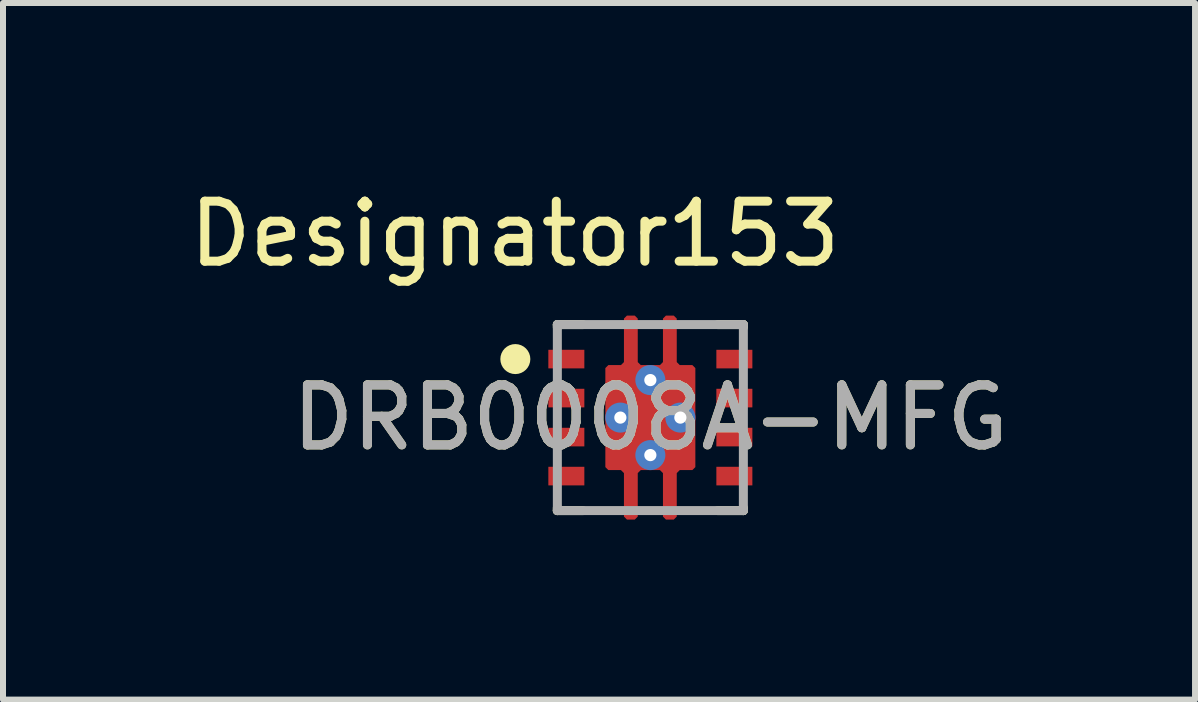
<source format=kicad_pcb>
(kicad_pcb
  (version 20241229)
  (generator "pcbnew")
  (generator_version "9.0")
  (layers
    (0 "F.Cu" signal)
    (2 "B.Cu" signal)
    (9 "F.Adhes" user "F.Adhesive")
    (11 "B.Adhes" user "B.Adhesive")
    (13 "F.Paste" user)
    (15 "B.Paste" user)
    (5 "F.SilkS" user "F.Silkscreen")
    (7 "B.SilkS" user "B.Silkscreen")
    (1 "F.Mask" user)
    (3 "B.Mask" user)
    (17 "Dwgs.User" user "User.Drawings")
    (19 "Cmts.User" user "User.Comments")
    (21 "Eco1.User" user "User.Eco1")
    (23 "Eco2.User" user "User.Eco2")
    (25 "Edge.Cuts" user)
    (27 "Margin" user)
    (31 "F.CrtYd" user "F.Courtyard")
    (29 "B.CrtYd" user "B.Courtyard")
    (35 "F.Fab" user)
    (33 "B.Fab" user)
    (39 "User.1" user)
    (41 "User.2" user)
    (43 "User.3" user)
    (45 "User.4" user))
  (footprint "DRB0008A-MFG"
    (layer "F.Cu")
    (at 7.788 3.909)
    (property "Reference" "DRB0008A-MFG" (at 0 0 0) (unlocked yes) (layer "F.SilkS") (effects (font (size 1 1) (thickness 0.15))))
    (attr smd)
    (fp_poly (pts (xy -0.75 0.825) (xy -0.7 0.875) (xy -0.49 0.875) (xy -0.44 0.925) (xy -0.44 1.65) (xy -0.39 1.7) (xy -0.26 1.7) (xy -0.21 1.65) (xy -0.21 0.925) (xy -0.16 0.875) (xy 0.16 0.875) (xy 0.21 0.925) (xy 0.21 1.65) (xy 0.26 1.7) (xy 0.39 1.7) (xy 0.44 1.65) (xy 0.44 0.925) (xy 0.49 0.875) (xy 0.7 0.875) (xy 0.75 0.825) (xy 0.75 -0.825) (xy 0.7 -0.875) (xy 0.49 -0.875) (xy 0.44 -0.925) (xy 0.44 -1.65) (xy 0.39 -1.7) (xy 0.26 -1.7) (xy 0.21 -1.65) (xy 0.21 -0.925) (xy 0.16 -0.875) (xy -0.16 -0.875) (xy -0.21 -0.925) (xy -0.21 -1.65) (xy -0.26 -1.7) (xy -0.39 -1.7) (xy -0.44 -1.65) (xy -0.44 -0.925) (xy -0.49 -0.875) (xy -0.7 -0.875) (xy -0.75 -0.825)) (stroke (width 0) (type solid)) (fill yes) (layer "F.Cu"))
    (fp_poly (pts (xy -0.75 0.825) (xy -0.75 -0.825) (xy -0.7 -0.875) (xy -0.49 -0.875) (xy -0.44 -0.925) (xy -0.44 -1.65) (xy -0.39 -1.7) (xy -0.26 -1.7) (xy -0.21 -1.65) (xy -0.21 -0.925) (xy -0.16 -0.875) (xy 0.16 -0.875) (xy 0.21 -0.925) (xy 0.21 -1.65) (xy 0.26 -1.7) (xy 0.39 -1.7) (xy 0.44 -1.65) (xy 0.44 -0.925) (xy 0.49 -0.875) (xy 0.7 -0.875) (xy 0.75 -0.825) (xy 0.75 0.825) (xy 0.7 0.875) (xy 0.49 0.875) (xy 0.44 0.925) (xy 0.44 1.65) (xy 0.39 1.7) (xy 0.26 1.7) (xy 0.21 1.65) (xy 0.21 0.925) (xy 0.16 0.875) (xy -0.16 0.875) (xy -0.21 0.925) (xy -0.21 1.65) (xy -0.26 1.7) (xy -0.39 1.7) (xy -0.44 1.65) (xy -0.44 0.925) (xy -0.49 0.875) (xy -0.7 0.875)) (stroke (width 0) (type solid)) (fill yes) (layer "F.Mask"))
    (fp_line (start -1.55 -1.55) (end -1.125 -1.55) (stroke (width 0.15) (type solid)) (layer "F.SilkS"))
    (fp_line (start -1.55 -1.505) (end -1.55 -1.55) (stroke (width 0.15) (type solid)) (layer "F.SilkS"))
    (fp_line (start -1.55 1.55) (end -1.55 1.505) (stroke (width 0.15) (type solid)) (layer "F.SilkS"))
    (fp_line (start -1.55 1.55) (end -1.125 1.55) (stroke (width 0.15) (type solid)) (layer "F.SilkS"))
    (fp_line (start 1.125 -1.55) (end 1.55 -1.55) (stroke (width 0.15) (type solid)) (layer "F.SilkS"))
    (fp_line (start 1.125 1.55) (end 1.55 1.55) (stroke (width 0.15) (type solid)) (layer "F.SilkS"))
    (fp_line (start 1.55 -1.505) (end 1.55 -1.55) (stroke (width 0.15) (type solid)) (layer "F.SilkS"))
    (fp_line (start 1.55 1.55) (end 1.55 1.505) (stroke (width 0.15) (type solid)) (layer "F.SilkS"))
    (fp_circle (center -2.25 -0.975) (end -2.125 -0.975) (stroke (width 0.25) (type solid)) (fill no) (layer "F.SilkS"))
    (fp_poly (pts (xy -0.67 0.725) (xy -0.67 -0.725) (xy -0.62 -0.775) (xy 0.62 -0.775) (xy 0.67 -0.725) (xy 0.67 0.725) (xy 0.62 0.775) (xy -0.62 0.775)) (stroke (width 0) (type solid)) (fill yes) (layer "F.Paste"))
    (fp_poly (pts (xy -0.39 -1.699) (xy -0.26 -1.699) (xy -0.21 -1.649) (xy -0.21 -1.024) (xy -0.26 -0.974) (xy -0.39 -0.974) (xy -0.44 -1.024) (xy -0.44 -1.649)) (stroke (width 0) (type solid)) (fill yes) (layer "F.Paste"))
    (fp_poly (pts (xy -0.21 1.024) (xy -0.21 1.649) (xy -0.26 1.699) (xy -0.39 1.699) (xy -0.44 1.649) (xy -0.44 1.024) (xy -0.39 0.974) (xy -0.26 0.974)) (stroke (width 0) (type solid)) (fill yes) (layer "F.Paste"))
    (fp_poly (pts (xy 0.26 -0.974) (xy 0.21 -1.024) (xy 0.21 -1.649) (xy 0.26 -1.699) (xy 0.39 -1.699) (xy 0.44 -1.649) (xy 0.44 -1.024) (xy 0.39 -0.974)) (stroke (width 0) (type solid)) (fill yes) (layer "F.Paste"))
    (fp_poly (pts (xy 0.26 0.974) (xy 0.39 0.974) (xy 0.44 1.024) (xy 0.44 1.649) (xy 0.39 1.699) (xy 0.26 1.699) (xy 0.21 1.649) (xy 0.21 1.024)) (stroke (width 0) (type solid)) (fill yes) (layer "F.Paste"))
    (fp_line (start -1.55 -1.55) (end 1.55 -1.55) (stroke (width 0.15) (type solid)) (layer "F.Fab"))
    (fp_line (start -1.55 1.55) (end -1.55 -1.55) (stroke (width 0.15) (type solid)) (layer "F.Fab"))
    (fp_line (start -1.55 1.55) (end 1.55 1.55) (stroke (width 0.15) (type solid)) (layer "F.Fab"))
    (fp_line (start 1.55 1.55) (end 1.55 -1.55) (stroke (width 0.15) (type solid)) (layer "F.Fab"))
    (fp_text user "Designator153" (at -2.258 -3.061 0) (unlocked yes) (layer "F.SilkS") (effects (font (size 1 1) (thickness 0.15))))
    (fp_text user "${REFERENCE}" (at 0 0 0) (unlocked yes) (layer "F.Fab") (effects (font (size 1 1) (thickness 0.15))))
    (pad "1" smd rect (at -1.4 -0.975) (size 0.6 0.31) (layers "F.Cu" "F.Mask" "F.Paste"))
    (pad "2" smd rect (at -1.4 -0.325) (size 0.6 0.31) (layers "F.Cu" "F.Mask" "F.Paste"))
    (pad "3" smd rect (at -1.4 0.325) (size 0.6 0.31) (layers "F.Cu" "F.Mask" "F.Paste"))
    (pad "4" smd rect (at -1.4 0.975) (size 0.6 0.31) (layers "F.Cu" "F.Mask" "F.Paste"))
    (pad "5" smd rect (at 1.4 0.975) (size 0.6 0.31) (layers "F.Cu" "F.Mask" "F.Paste"))
    (pad "6" smd rect (at 1.4 0.325) (size 0.6 0.31) (layers "F.Cu" "F.Mask" "F.Paste"))
    (pad "7" smd rect (at 1.4 -0.325) (size 0.6 0.31) (layers "F.Cu" "F.Mask" "F.Paste"))
    (pad "8" smd rect (at 1.4 -0.975) (size 0.6 0.31) (layers "F.Cu" "F.Mask" "F.Paste"))
    (pad "9" smd circle (at 0 0) (size 1.35 1.35) (layers "F.Cu" "F.Mask"))
    (pad "10" thru_hole circle (at -0.5 0) (size 0.5 0.5) (drill 0.203) (layers "*.Cu" "*.Mask"))
    (pad "11" thru_hole circle (at 0.5 0) (size 0.5 0.5) (drill 0.203) (layers "*.Cu" "*.Mask"))
    (pad "12" thru_hole circle (at 0 -0.625) (size 0.5 0.5) (drill 0.203) (layers "*.Cu" "*.Mask"))
    (pad "13" thru_hole circle (at 0 0.625) (size 0.5 0.5) (drill 0.203) (layers "*.Cu" "*.Mask")))
  (gr_rect
    (start -3 -3)
    (end 16.865 8.609)
    (stroke (width 0.1) (type default))
    (fill no)
    (layer "Edge.Cuts")))
</source>
